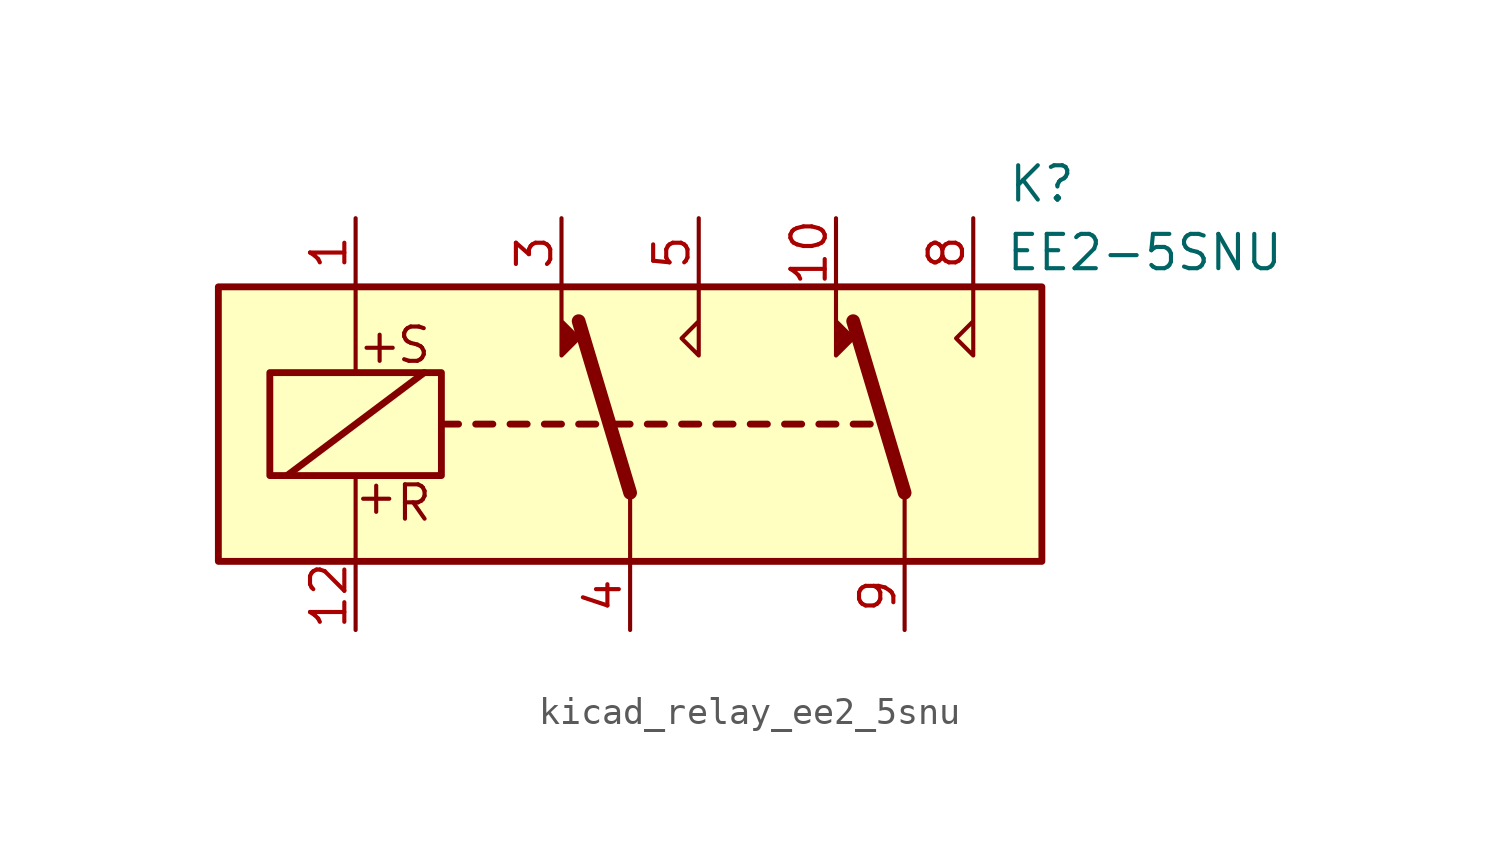
<source format=kicad_sym>
(kicad_symbol_lib
  (version 20220914)
  (generator kicad_symbol_editor)
  (symbol "kicad_relay_ee2_5snu"
    (property "Reference" "K"
      (at 15.24 8.89 0)
      (effects (font (size 1.27 1.27))))
    (property "Value" "EE2-5SNU"
      (at 19.05 6.35 0)
      (effects (font (size 1.27 1.27))))
    (symbol "kicad_relay_ee2_5snu_1_1"
      (rectangle (start -15.24 5.08) (end 15.24 -5.08) (stroke (width 0.254) (type default)) (fill (type background)))
      (rectangle (start -13.335 1.905) (end -6.985 -1.905) (stroke (width 0.254) (type default)) (fill (type none)))
      (polyline (pts (xy -12.7 -1.905) (xy -7.62 1.905)) (stroke (width 0.254) (type default)) (fill (type none)))
      (polyline (pts (xy -10.16 -5.08) (xy -10.16 -1.905)) (stroke (width 0) (type default)) (fill (type none)))
      (polyline (pts (xy -10.16 5.08) (xy -10.16 1.905)) (stroke (width 0) (type default)) (fill (type none)))
      (polyline (pts (xy -6.985 0) (xy -6.35 0)) (stroke (width 0.254) (type default)) (fill (type none)))
      (polyline (pts (xy -5.715 0) (xy -5.08 0)) (stroke (width 0.254) (type default)) (fill (type none)))
      (polyline (pts (xy -4.445 0) (xy -3.81 0)) (stroke (width 0.254) (type default)) (fill (type none)))
      (polyline (pts (xy -3.175 0) (xy -2.54 0)) (stroke (width 0.254) (type default)) (fill (type none)))
      (polyline (pts (xy -1.905 0) (xy -1.27 0)) (stroke (width 0.254) (type default)) (fill (type none)))
      (polyline (pts (xy -0.635 0) (xy 0 0)) (stroke (width 0.254) (type default)) (fill (type none)))
      (polyline (pts (xy 0 -2.54) (xy -1.905 3.81)) (stroke (width 0.508) (type default)) (fill (type none)))
      (polyline (pts (xy 0 -2.54) (xy 0 -5.08)) (stroke (width 0) (type default)) (fill (type none)))
      (polyline (pts (xy 0.635 0) (xy 1.27 0)) (stroke (width 0.254) (type default)) (fill (type none)))
      (polyline (pts (xy 1.905 0) (xy 2.54 0)) (stroke (width 0.254) (type default)) (fill (type none)))
      (polyline (pts (xy 3.175 0) (xy 3.81 0)) (stroke (width 0.254) (type default)) (fill (type none)))
      (polyline (pts (xy 4.445 0) (xy 5.08 0)) (stroke (width 0.254) (type default)) (fill (type none)))
      (polyline (pts (xy 5.715 0) (xy 6.35 0)) (stroke (width 0.254) (type default)) (fill (type none)))
      (polyline (pts (xy 6.985 0) (xy 7.62 0)) (stroke (width 0.254) (type default)) (fill (type none)))
      (polyline (pts (xy 8.255 0) (xy 8.89 0)) (stroke (width 0.254) (type default)) (fill (type none)))
      (polyline (pts (xy 10.16 -2.54) (xy 8.255 3.81)) (stroke (width 0.508) (type default)) (fill (type none)))
      (polyline (pts (xy 10.16 -2.54) (xy 10.16 -5.08)) (stroke (width 0) (type default)) (fill (type none)))
      (polyline (pts (xy -2.54 5.08) (xy -2.54 2.54) (xy -1.905 3.175) (xy -2.54 3.81)) (stroke (width 0) (type default)) (fill (type outline)))
      (polyline (pts (xy 2.54 5.08) (xy 2.54 2.54) (xy 1.905 3.175) (xy 2.54 3.81)) (stroke (width 0) (type default)) (fill (type none)))
      (polyline (pts (xy 7.62 5.08) (xy 7.62 2.54) (xy 8.255 3.175) (xy 7.62 3.81)) (stroke (width 0) (type default)) (fill (type outline)))
      (polyline (pts (xy 12.7 5.08) (xy 12.7 2.54) (xy 12.065 3.175) (xy 12.7 3.81)) (stroke (width 0) (type default)) (fill (type none)))
      (text "+" (at -9.398 -2.667 0) (effects (font (size 1.27 1.27))))
      (text "+" (at -9.271 2.921 0) (effects (font (size 1.27 1.27))))
      (text "R" (at -8.001 -2.921 0) (effects (font (size 1.27 1.27))))
      (text "S" (at -8.001 2.921 0) (effects (font (size 1.27 1.27))))
      (pin passive line (at -10.16 7.62 270) (length 2.54) (name "~" (effects (font (size 1.27 1.27)))) (number "1" (effects (font (size 1.27 1.27)))))
      (pin passive line (at 7.62 7.62 270) (length 2.54) (name "~" (effects (font (size 1.27 1.27)))) (number "10" (effects (font (size 1.27 1.27)))))
      (pin passive line (at -10.16 -7.62 90) (length 2.54) (name "~" (effects (font (size 1.27 1.27)))) (number "12" (effects (font (size 1.27 1.27)))))
      (pin passive line (at -2.54 7.62 270) (length 2.54) (name "~" (effects (font (size 1.27 1.27)))) (number "3" (effects (font (size 1.27 1.27)))))
      (pin passive line (at 0 -7.62 90) (length 2.54) (name "~" (effects (font (size 1.27 1.27)))) (number "4" (effects (font (size 1.27 1.27)))))
      (pin passive line (at 2.54 7.62 270) (length 2.54) (name "~" (effects (font (size 1.27 1.27)))) (number "5" (effects (font (size 1.27 1.27)))))
      (pin passive line (at 12.7 7.62 270) (length 2.54) (name "~" (effects (font (size 1.27 1.27)))) (number "8" (effects (font (size 1.27 1.27)))))
      (pin passive line (at 10.16 -7.62 90) (length 2.54) (name "~" (effects (font (size 1.27 1.27)))) (number "9" (effects (font (size 1.27 1.27))))))))
</source>
